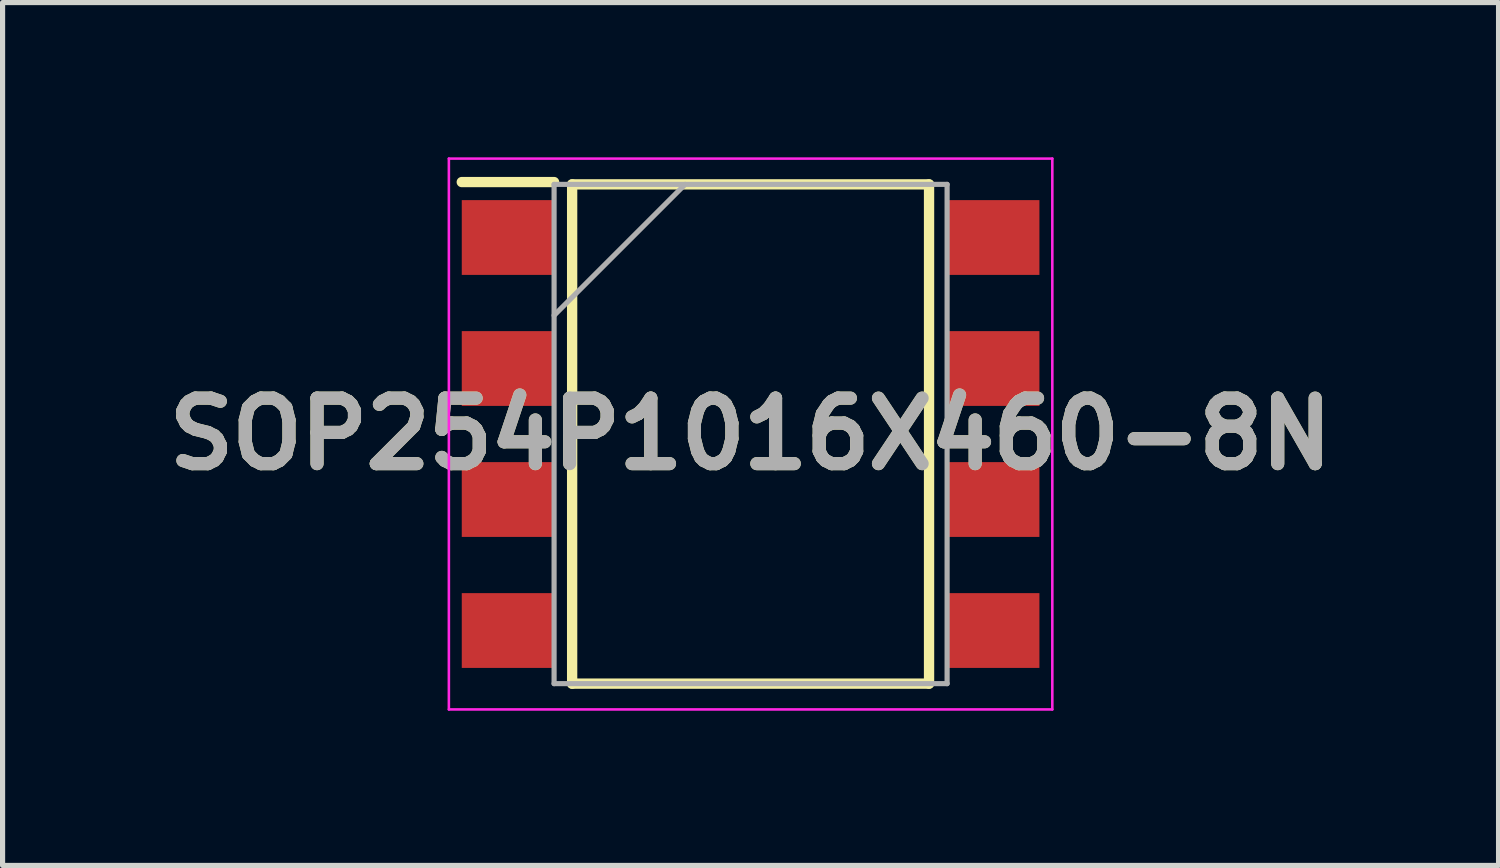
<source format=kicad_pcb>
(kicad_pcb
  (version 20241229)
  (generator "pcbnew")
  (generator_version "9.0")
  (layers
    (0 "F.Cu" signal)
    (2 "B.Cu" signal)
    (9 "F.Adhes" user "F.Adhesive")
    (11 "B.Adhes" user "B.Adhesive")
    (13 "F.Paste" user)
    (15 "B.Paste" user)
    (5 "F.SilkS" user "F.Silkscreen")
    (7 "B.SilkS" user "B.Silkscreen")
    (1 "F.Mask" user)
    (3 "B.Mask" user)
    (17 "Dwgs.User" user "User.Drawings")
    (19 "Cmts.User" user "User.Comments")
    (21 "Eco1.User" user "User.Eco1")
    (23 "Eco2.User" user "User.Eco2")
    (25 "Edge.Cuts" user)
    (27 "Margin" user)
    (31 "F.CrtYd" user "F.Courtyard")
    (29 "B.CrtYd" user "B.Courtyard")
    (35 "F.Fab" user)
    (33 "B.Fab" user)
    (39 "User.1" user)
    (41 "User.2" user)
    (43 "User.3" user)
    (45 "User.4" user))
  (footprint "SOP254P1016X460-8N"
    (layer "F.Cu")
    (at 11.503 5.365)
    (property "Reference" "SOP254P1016X460-8N" (at 0 0 0) (layer "F.SilkS") (effects (font (size 1.27 1.27) (thickness 0.254))))
    (attr smd)
    (fp_line (start -5.6 -4.885) (end -3.81 -4.885) (stroke (width 0.2) (type solid)) (layer "F.SilkS"))
    (fp_line (start -3.46 -4.84) (end 3.46 -4.84) (stroke (width 0.2) (type solid)) (layer "F.SilkS"))
    (fp_line (start -3.46 4.84) (end -3.46 -4.84) (stroke (width 0.2) (type solid)) (layer "F.SilkS"))
    (fp_line (start 3.46 -4.84) (end 3.46 4.84) (stroke (width 0.2) (type solid)) (layer "F.SilkS"))
    (fp_line (start 3.46 4.84) (end -3.46 4.84) (stroke (width 0.2) (type solid)) (layer "F.SilkS"))
    (fp_line (start -5.85 -5.34) (end 5.85 -5.34) (stroke (width 0.05) (type solid)) (layer "F.CrtYd"))
    (fp_line (start -5.85 5.34) (end -5.85 -5.34) (stroke (width 0.05) (type solid)) (layer "F.CrtYd"))
    (fp_line (start 5.85 -5.34) (end 5.85 5.34) (stroke (width 0.05) (type solid)) (layer "F.CrtYd"))
    (fp_line (start 5.85 5.34) (end -5.85 5.34) (stroke (width 0.05) (type solid)) (layer "F.CrtYd"))
    (fp_line (start -3.81 -4.84) (end 3.81 -4.84) (stroke (width 0.1) (type solid)) (layer "F.Fab"))
    (fp_line (start -3.81 -2.3) (end -1.27 -4.84) (stroke (width 0.1) (type solid)) (layer "F.Fab"))
    (fp_line (start -3.81 4.84) (end -3.81 -4.84) (stroke (width 0.1) (type solid)) (layer "F.Fab"))
    (fp_line (start 3.81 -4.84) (end 3.81 4.84) (stroke (width 0.1) (type solid)) (layer "F.Fab"))
    (fp_line (start 3.81 4.84) (end -3.81 4.84) (stroke (width 0.1) (type solid)) (layer "F.Fab"))
    (fp_text user "${REFERENCE}" (at 0 0 0) (layer "F.Fab") (effects (font (size 1.27 1.27) (thickness 0.254))))
    (pad "1" smd rect (at -4.705 -3.81 90) (size 1.45 1.79) (layers "F.Cu" "F.Mask" "F.Paste"))
    (pad "2" smd rect (at -4.705 -1.27 90) (size 1.45 1.79) (layers "F.Cu" "F.Mask" "F.Paste"))
    (pad "3" smd rect (at -4.705 1.27 90) (size 1.45 1.79) (layers "F.Cu" "F.Mask" "F.Paste"))
    (pad "4" smd rect (at -4.705 3.81 90) (size 1.45 1.79) (layers "F.Cu" "F.Mask" "F.Paste"))
    (pad "5" smd rect (at 4.705 3.81 90) (size 1.45 1.79) (layers "F.Cu" "F.Mask" "F.Paste"))
    (pad "6" smd rect (at 4.705 1.27 90) (size 1.45 1.79) (layers "F.Cu" "F.Mask" "F.Paste"))
    (pad "7" smd rect (at 4.705 -1.27 90) (size 1.45 1.79) (layers "F.Cu" "F.Mask" "F.Paste"))
    (pad "8" smd rect (at 4.705 -3.81 90) (size 1.45 1.79) (layers "F.Cu" "F.Mask" "F.Paste")))
  (gr_rect
    (start -3 -3)
    (end 26.005 13.73)
    (stroke (width 0.1) (type default))
    (fill no)
    (layer "Edge.Cuts")))
</source>
